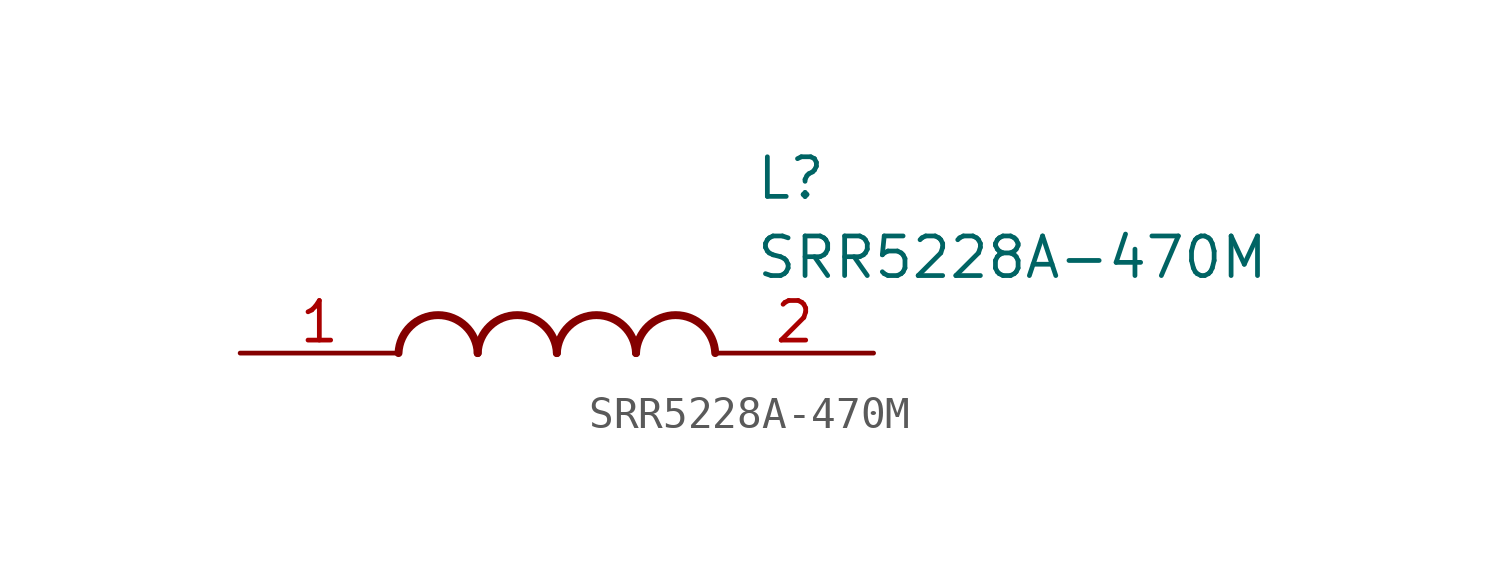
<source format=kicad_sym>
(kicad_symbol_lib
  (version 20211014)
  (generator SamacSys_ECAD_Model)
  (symbol "SRR5228A-470M"
    (pin_names hide)
    (property "Reference" "L"
      (at 16.51 6.35 0)
      (effects (font (size 1.27 1.27)) (justify left top)))
    (property "Value" "SRR5228A-470M"
      (at 16.51 3.81 0)
      (effects (font (size 1.27 1.27)) (justify left top)))
    (arc
      (start 7.62 0)
      (mid 6.35 1.219)
      (end 5.08 0)
      (stroke (width 0.254) (type default))
      (fill (type none)))
    (arc
      (start 10.16 0)
      (mid 8.89 1.219)
      (end 7.62 0)
      (stroke (width 0.254) (type default))
      (fill (type none)))
    (arc
      (start 12.7 0)
      (mid 11.43 1.219)
      (end 10.16 0)
      (stroke (width 0.254) (type default))
      (fill (type none)))
    (arc
      (start 15.24 0)
      (mid 13.97 1.219)
      (end 12.7 0)
      (stroke (width 0.254) (type default))
      (fill (type none)))
    (pin passive line
      (at 0 0 0)
      (length 5.08)
      (name "1" (effects (font (size 1.27 1.27))))
      (number "1" (effects (font (size 1.27 1.27)))))
    (pin passive line
      (at 20.32 0 180)
      (length 5.08)
      (name "2" (effects (font (size 1.27 1.27))))
      (number "2" (effects (font (size 1.27 1.27)))))))
</source>
